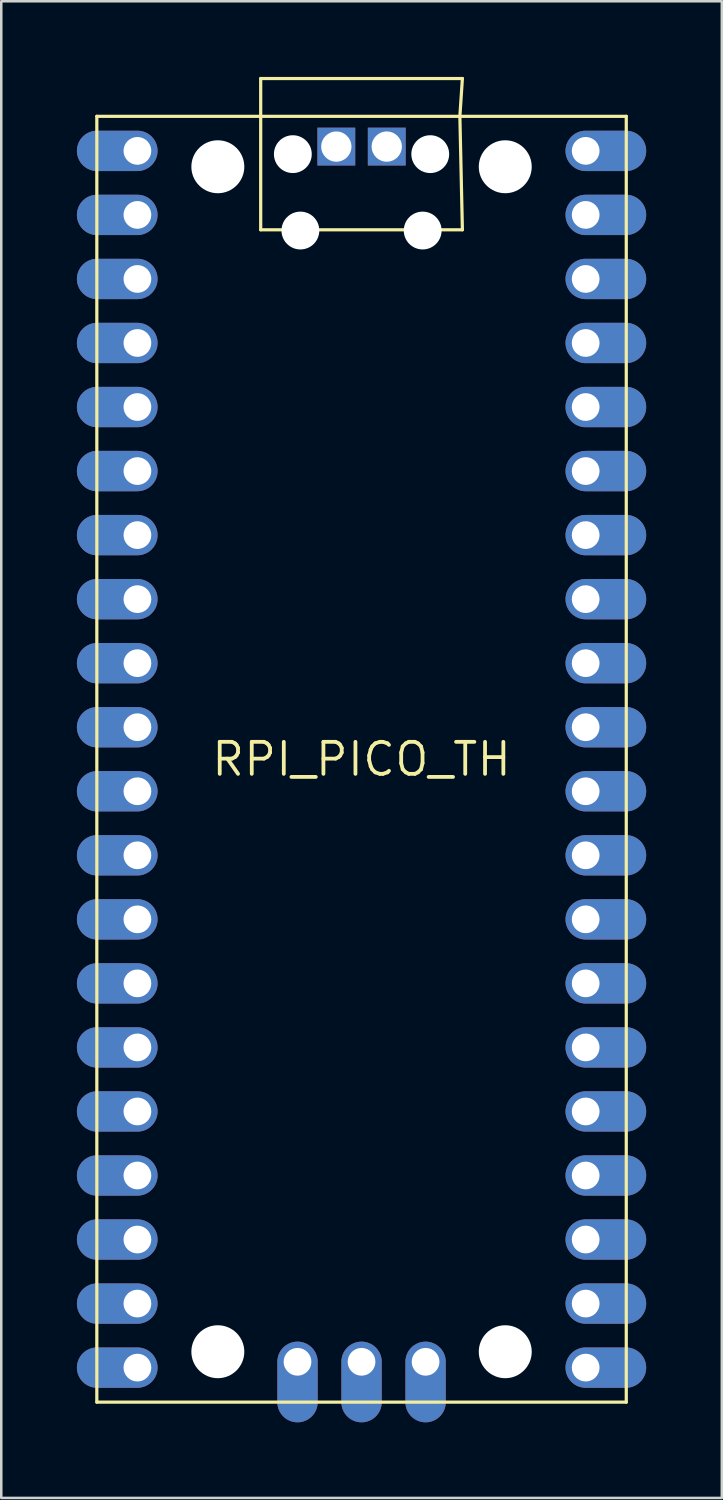
<source format=kicad_pcb>
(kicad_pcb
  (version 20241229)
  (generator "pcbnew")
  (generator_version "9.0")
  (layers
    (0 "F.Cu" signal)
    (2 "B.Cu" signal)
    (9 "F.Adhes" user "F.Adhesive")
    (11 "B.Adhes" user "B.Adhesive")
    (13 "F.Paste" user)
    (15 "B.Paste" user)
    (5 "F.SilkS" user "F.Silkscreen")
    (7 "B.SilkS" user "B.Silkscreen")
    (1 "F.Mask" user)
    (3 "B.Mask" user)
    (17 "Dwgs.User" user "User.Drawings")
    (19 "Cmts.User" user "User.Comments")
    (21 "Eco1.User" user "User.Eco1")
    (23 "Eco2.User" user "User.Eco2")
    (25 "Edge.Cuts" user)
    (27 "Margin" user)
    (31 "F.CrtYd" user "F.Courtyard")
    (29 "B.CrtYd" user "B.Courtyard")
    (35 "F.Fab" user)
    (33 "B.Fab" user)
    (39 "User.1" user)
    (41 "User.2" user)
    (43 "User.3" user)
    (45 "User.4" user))
  (footprint "RPI_PICO_TH"
    (layer "F.Cu")
    (at 11.29 27.064)
    (property "Reference" "RPI_PICO_TH" (at 0 0 0) (layer "F.SilkS") (effects (font (size 1.27 1.27) (thickness 0.15))))
    (fp_line (start -10.5 -25.5) (end -4 -25.5) (stroke (width 0.127) (type solid)) (layer "F.SilkS"))
    (fp_line (start -10.5 25.5) (end -10.5 -25.5) (stroke (width 0.127) (type solid)) (layer "F.SilkS"))
    (fp_line (start -4 -27) (end 4 -27) (stroke (width 0.127) (type solid)) (layer "F.SilkS"))
    (fp_line (start -4 -25.5) (end -4 -27) (stroke (width 0.127) (type solid)) (layer "F.SilkS"))
    (fp_line (start -4 -25.5) (end -4 -21) (stroke (width 0.127) (type solid)) (layer "F.SilkS"))
    (fp_line (start -4 -25.5) (end 3.9 -25.5) (stroke (width 0.127) (type solid)) (layer "F.SilkS"))
    (fp_line (start -4 -21) (end 4 -21) (stroke (width 0.127) (type solid)) (layer "F.SilkS"))
    (fp_line (start 3.9 -25.5) (end 10.5 -25.5) (stroke (width 0.127) (type solid)) (layer "F.SilkS"))
    (fp_line (start 4 -27) (end 3.9 -25.5) (stroke (width 0.127) (type solid)) (layer "F.SilkS"))
    (fp_line (start 4 -21) (end 3.9 -25.5) (stroke (width 0.127) (type solid)) (layer "F.SilkS"))
    (fp_line (start 10.5 -25.5) (end 10.5 25.5) (stroke (width 0.127) (type solid)) (layer "F.SilkS"))
    (fp_line (start 10.5 25.5) (end -10.5 25.5) (stroke (width 0.127) (type solid)) (layer "F.SilkS"))
    (pad "" np_thru_hole circle (at -5.7 -23.5) (size 2.1 2.1) (drill 2.1) (layers "*.Cu" "*.Mask"))
    (pad "" np_thru_hole circle (at -5.7 23.5) (size 2.1 2.1) (drill 2.1) (layers "*.Cu" "*.Mask"))
    (pad "" np_thru_hole circle (at -2.725 -24) (size 1.5 1.5) (drill 1.5) (layers "*.Cu" "*.Mask"))
    (pad "" np_thru_hole circle (at -2.425 -20.97) (size 1.5 1.5) (drill 1.5) (layers "*.Cu" "*.Mask"))
    (pad "" np_thru_hole circle (at 2.425 -20.97) (size 1.5 1.5) (drill 1.5) (layers "*.Cu" "*.Mask"))
    (pad "" np_thru_hole circle (at 2.725 -24) (size 1.5 1.5) (drill 1.5) (layers "*.Cu" "*.Mask"))
    (pad "" np_thru_hole circle (at 5.7 -23.5) (size 2.1 2.1) (drill 2.1) (layers "*.Cu" "*.Mask"))
    (pad "" np_thru_hole circle (at 5.7 23.5) (size 2.1 2.1) (drill 2.1) (layers "*.Cu" "*.Mask"))
    (pad "3V3" thru_hole oval (at 8.89 -13.97) (size 3.2 1.6) (drill 1.1 (offset 0.8 0)) (layers "*.Cu" "*.Mask"))
    (pad "3V3_EN" thru_hole oval (at 8.89 -16.51) (size 3.2 1.6) (drill 1.1 (offset 0.8 0)) (layers "*.Cu" "*.Mask"))
    (pad "ADC_VREF" thru_hole oval (at 8.89 -11.43) (size 3.2 1.6) (drill 1.1 (offset 0.8 0)) (layers "*.Cu" "*.Mask"))
    (pad "AGND" thru_hole oval (at 8.89 -6.35) (size 3.2 1.6) (drill 1.1 (offset 0.8 0)) (layers "*.Cu" "*.Mask"))
    (pad "GND@1" thru_hole oval (at -8.89 -19.05 180) (size 3.2 1.6) (drill 1.1 (offset 0.8 0)) (layers "*.Cu" "*.Mask"))
    (pad "GND@2" thru_hole oval (at -8.89 -6.35 180) (size 3.2 1.6) (drill 1.1 (offset 0.8 0)) (layers "*.Cu" "*.Mask"))
    (pad "GND@3" thru_hole oval (at -8.89 6.35 180) (size 3.2 1.6) (drill 1.1 (offset 0.8 0)) (layers "*.Cu" "*.Mask"))
    (pad "GND@4" thru_hole oval (at -8.89 19.05 180) (size 3.2 1.6) (drill 1.1 (offset 0.8 0)) (layers "*.Cu" "*.Mask"))
    (pad "GND@5" thru_hole oval (at 0 23.9 270) (size 3.2 1.6) (drill 1.1 (offset 0.8 0)) (layers "*.Cu" "*.Mask"))
    (pad "GND@6" thru_hole oval (at 8.89 19.05) (size 3.2 1.6) (drill 1.1 (offset 0.8 0)) (layers "*.Cu" "*.Mask"))
    (pad "GND@7" thru_hole oval (at 8.89 6.35) (size 3.2 1.6) (drill 1.1 (offset 0.8 0)) (layers "*.Cu" "*.Mask"))
    (pad "GND@8" thru_hole oval (at 8.89 -19.05) (size 3.2 1.6) (drill 1.1 (offset 0.8 0)) (layers "*.Cu" "*.Mask"))
    (pad "GP0" thru_hole oval (at -8.89 -24.13 180) (size 3.2 1.6) (drill 1.1 (offset 0.8 0)) (layers "*.Cu" "*.Mask"))
    (pad "GP1" thru_hole oval (at -8.89 -21.59 180) (size 3.2 1.6) (drill 1.1 (offset 0.8 0)) (layers "*.Cu" "*.Mask"))
    (pad "GP2" thru_hole oval (at -8.89 -16.51 180) (size 3.2 1.6) (drill 1.1 (offset 0.8 0)) (layers "*.Cu" "*.Mask"))
    (pad "GP3" thru_hole oval (at -8.89 -13.97 180) (size 3.2 1.6) (drill 1.1 (offset 0.8 0)) (layers "*.Cu" "*.Mask"))
    (pad "GP4" thru_hole oval (at -8.89 -11.43 180) (size 3.2 1.6) (drill 1.1 (offset 0.8 0)) (layers "*.Cu" "*.Mask"))
    (pad "GP5" thru_hole oval (at -8.89 -8.89 180) (size 3.2 1.6) (drill 1.1 (offset 0.8 0)) (layers "*.Cu" "*.Mask"))
    (pad "GP6" thru_hole oval (at -8.89 -3.81 180) (size 3.2 1.6) (drill 1.1 (offset 0.8 0)) (layers "*.Cu" "*.Mask"))
    (pad "GP7" thru_hole oval (at -8.89 -1.27 180) (size 3.2 1.6) (drill 1.1 (offset 0.8 0)) (layers "*.Cu" "*.Mask"))
    (pad "GP8" thru_hole oval (at -8.89 1.27 180) (size 3.2 1.6) (drill 1.1 (offset 0.8 0)) (layers "*.Cu" "*.Mask"))
    (pad "GP9" thru_hole oval (at -8.89 3.81 180) (size 3.2 1.6) (drill 1.1 (offset 0.8 0)) (layers "*.Cu" "*.Mask"))
    (pad "GP10" thru_hole oval (at -8.89 8.89 180) (size 3.2 1.6) (drill 1.1 (offset 0.8 0)) (layers "*.Cu" "*.Mask"))
    (pad "GP11" thru_hole oval (at -8.89 11.43 180) (size 3.2 1.6) (drill 1.1 (offset 0.8 0)) (layers "*.Cu" "*.Mask"))
    (pad "GP12" thru_hole oval (at -8.89 13.97 180) (size 3.2 1.6) (drill 1.1 (offset 0.8 0)) (layers "*.Cu" "*.Mask"))
    (pad "GP13" thru_hole oval (at -8.89 16.51 180) (size 3.2 1.6) (drill 1.1 (offset 0.8 0)) (layers "*.Cu" "*.Mask"))
    (pad "GP14" thru_hole oval (at -8.89 21.59 180) (size 3.2 1.6) (drill 1.1 (offset 0.8 0)) (layers "*.Cu" "*.Mask"))
    (pad "GP15" thru_hole oval (at -8.89 24.13 180) (size 3.2 1.6) (drill 1.1 (offset 0.8 0)) (layers "*.Cu" "*.Mask"))
    (pad "GP16" thru_hole oval (at 8.89 24.13) (size 3.2 1.6) (drill 1.1 (offset 0.8 0)) (layers "*.Cu" "*.Mask"))
    (pad "GP17" thru_hole oval (at 8.89 21.59) (size 3.2 1.6) (drill 1.1 (offset 0.8 0)) (layers "*.Cu" "*.Mask"))
    (pad "GP18" thru_hole oval (at 8.89 16.51) (size 3.2 1.6) (drill 1.1 (offset 0.8 0)) (layers "*.Cu" "*.Mask"))
    (pad "GP19" thru_hole oval (at 8.89 13.97) (size 3.2 1.6) (drill 1.1 (offset 0.8 0)) (layers "*.Cu" "*.Mask"))
    (pad "GP20" thru_hole oval (at 8.89 11.43) (size 3.2 1.6) (drill 1.1 (offset 0.8 0)) (layers "*.Cu" "*.Mask"))
    (pad "GP21" thru_hole oval (at 8.89 8.89) (size 3.2 1.6) (drill 1.1 (offset 0.8 0)) (layers "*.Cu" "*.Mask"))
    (pad "GP22" thru_hole oval (at 8.89 3.81) (size 3.2 1.6) (drill 1.1 (offset 0.8 0)) (layers "*.Cu" "*.Mask"))
    (pad "GP26_A0" thru_hole oval (at 8.89 -1.27) (size 3.2 1.6) (drill 1.1 (offset 0.8 0)) (layers "*.Cu" "*.Mask"))
    (pad "GP27_A1" thru_hole oval (at 8.89 -3.81) (size 3.2 1.6) (drill 1.1 (offset 0.8 0)) (layers "*.Cu" "*.Mask"))
    (pad "GP28_A2" thru_hole oval (at 8.89 -8.89) (size 3.2 1.6) (drill 1.1 (offset 0.8 0)) (layers "*.Cu" "*.Mask"))
    (pad "RUN" thru_hole oval (at 8.89 1.27) (size 3.2 1.6) (drill 1.1 (offset 0.8 0)) (layers "*.Cu" "*.Mask"))
    (pad "SWCLK" thru_hole oval (at -2.54 23.9 270) (size 3.2 1.6) (drill 1.1 (offset 0.8 0)) (layers "*.Cu" "*.Mask"))
    (pad "SWDIO" thru_hole oval (at 2.54 23.9 270) (size 3.2 1.6) (drill 1.1 (offset 0.8 0)) (layers "*.Cu" "*.Mask"))
    (pad "TP2" thru_hole rect (at -1 -24.3) (size 1.5 1.5) (drill 1.2) (layers "*.Cu" "*.Mask"))
    (pad "TP3" thru_hole rect (at 1 -24.3) (size 1.5 1.5) (drill 1.2) (layers "*.Cu" "*.Mask"))
    (pad "VBUS" thru_hole oval (at 8.89 -24.13) (size 3.2 1.6) (drill 1.1 (offset 0.8 0)) (layers "*.Cu" "*.Mask"))
    (pad "VSYS" thru_hole oval (at 8.89 -21.59) (size 3.2 1.6) (drill 1.1 (offset 0.8 0)) (layers "*.Cu" "*.Mask")))
  (gr_rect
    (start -3 -3)
    (end 25.58 56.364)
    (stroke (width 0.1) (type default))
    (fill no)
    (layer "Edge.Cuts")))
</source>
